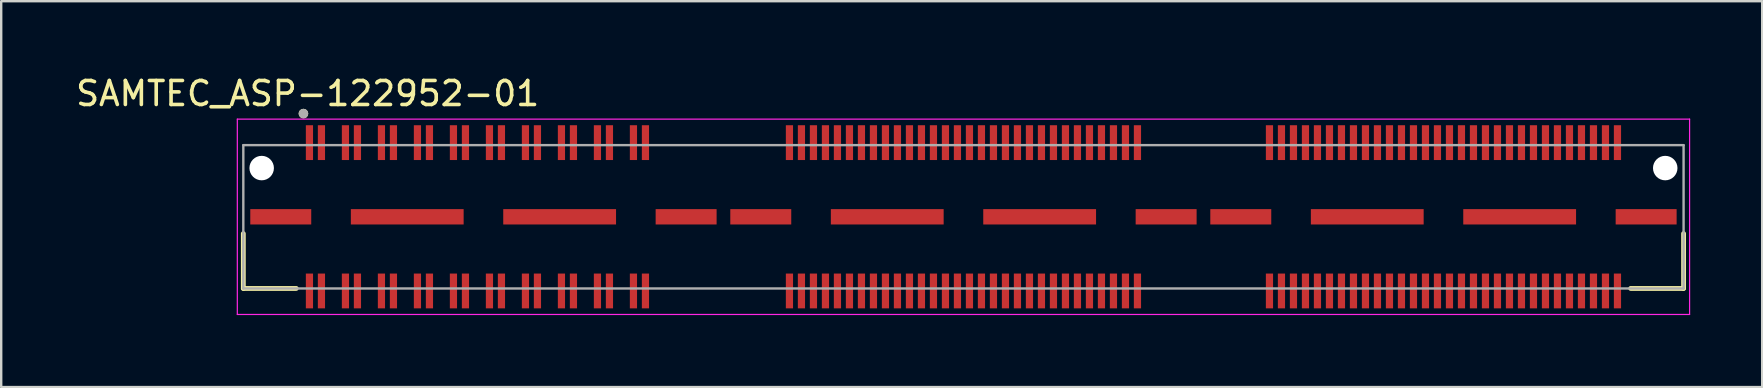
<source format=kicad_pcb>
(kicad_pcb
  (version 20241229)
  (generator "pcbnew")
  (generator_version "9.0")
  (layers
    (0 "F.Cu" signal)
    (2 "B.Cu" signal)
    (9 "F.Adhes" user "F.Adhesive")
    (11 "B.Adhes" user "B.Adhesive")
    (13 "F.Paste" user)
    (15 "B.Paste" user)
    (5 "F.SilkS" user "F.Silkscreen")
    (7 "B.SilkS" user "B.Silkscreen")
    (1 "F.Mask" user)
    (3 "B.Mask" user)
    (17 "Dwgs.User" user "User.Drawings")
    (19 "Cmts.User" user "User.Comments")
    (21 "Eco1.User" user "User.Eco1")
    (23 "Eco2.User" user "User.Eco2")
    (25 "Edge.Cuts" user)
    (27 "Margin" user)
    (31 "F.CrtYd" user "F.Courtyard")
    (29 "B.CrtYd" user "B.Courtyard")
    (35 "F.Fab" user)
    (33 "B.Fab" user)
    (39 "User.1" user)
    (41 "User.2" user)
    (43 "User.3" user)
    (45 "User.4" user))
  (footprint "SAMTEC_ASP-122952-01"
    (layer "F.Cu")
    (at 37.093 5.983)
    (property "Reference" "SAMTEC_ASP-122952-01" (at -27.325 -5.135 0) (layer "F.SilkS") (effects (font (size 1 1) (thickness 0.15))))
    (attr smd)
    (fp_line (start -30.005 2.985) (end -30.005 0.7) (stroke (width 0.2) (type solid)) (layer "F.SilkS"))
    (fp_line (start -27.8 2.985) (end -30.005 2.985) (stroke (width 0.2) (type solid)) (layer "F.SilkS"))
    (fp_line (start 27.8 2.985) (end 30.005 2.985) (stroke (width 0.2) (type solid)) (layer "F.SilkS"))
    (fp_line (start 30.005 2.985) (end 30.005 0.7) (stroke (width 0.2) (type solid)) (layer "F.SilkS"))
    (fp_circle (center -27.5 -4.3) (end -27.4 -4.3) (stroke (width 0.2) (type solid)) (fill no) (layer "F.SilkS"))
    (fp_line (start -30.255 -4.07) (end 30.255 -4.07) (stroke (width 0.05) (type solid)) (layer "F.CrtYd"))
    (fp_line (start -30.255 4.07) (end -30.255 -4.07) (stroke (width 0.05) (type solid)) (layer "F.CrtYd"))
    (fp_line (start 30.255 -4.07) (end 30.255 4.07) (stroke (width 0.05) (type solid)) (layer "F.CrtYd"))
    (fp_line (start 30.255 4.07) (end -30.255 4.07) (stroke (width 0.05) (type solid)) (layer "F.CrtYd"))
    (fp_line (start -30.005 -2.985) (end 30.005 -2.985) (stroke (width 0.1) (type solid)) (layer "F.Fab"))
    (fp_line (start -30.005 2.985) (end -30.005 -2.985) (stroke (width 0.1) (type solid)) (layer "F.Fab"))
    (fp_line (start 30.005 -2.985) (end 30.005 2.985) (stroke (width 0.1) (type solid)) (layer "F.Fab"))
    (fp_line (start 30.005 2.985) (end -30.005 2.985) (stroke (width 0.1) (type solid)) (layer "F.Fab"))
    (fp_circle (center -27.5 -4.3) (end -27.4 -4.3) (stroke (width 0.2) (type solid)) (fill no) (layer "F.Fab"))
    (pad "" np_thru_hole circle (at -29.24 -2.03) (size 1.02 1.02) (drill 1.02) (layers "*.Cu" "*.Mask"))
    (pad "" np_thru_hole circle (at 29.24 -2.03) (size 1.02 1.02) (drill 1.02) (layers "*.Cu" "*.Mask"))
    (pad "1" smd rect (at -27.25 -3.09) (size 0.3 1.45) (layers "F.Cu" "F.Mask" "F.Paste"))
    (pad "2" smd rect (at -27.25 3.09) (size 0.3 1.45) (layers "F.Cu" "F.Mask" "F.Paste"))
    (pad "3" smd rect (at -26.75 -3.09) (size 0.3 1.45) (layers "F.Cu" "F.Mask" "F.Paste"))
    (pad "4" smd rect (at -26.75 3.09) (size 0.3 1.45) (layers "F.Cu" "F.Mask" "F.Paste"))
    (pad "5" smd rect (at -25.75 -3.09) (size 0.3 1.45) (layers "F.Cu" "F.Mask" "F.Paste"))
    (pad "6" smd rect (at -25.75 3.09) (size 0.3 1.45) (layers "F.Cu" "F.Mask" "F.Paste"))
    (pad "7" smd rect (at -25.25 -3.09) (size 0.3 1.45) (layers "F.Cu" "F.Mask" "F.Paste"))
    (pad "8" smd rect (at -25.25 3.09) (size 0.3 1.45) (layers "F.Cu" "F.Mask" "F.Paste"))
    (pad "9" smd rect (at -24.25 -3.09) (size 0.3 1.45) (layers "F.Cu" "F.Mask" "F.Paste"))
    (pad "10" smd rect (at -24.25 3.09) (size 0.3 1.45) (layers "F.Cu" "F.Mask" "F.Paste"))
    (pad "11" smd rect (at -23.75 -3.09) (size 0.3 1.45) (layers "F.Cu" "F.Mask" "F.Paste"))
    (pad "12" smd rect (at -23.75 3.09) (size 0.3 1.45) (layers "F.Cu" "F.Mask" "F.Paste"))
    (pad "13" smd rect (at -22.75 -3.09) (size 0.3 1.45) (layers "F.Cu" "F.Mask" "F.Paste"))
    (pad "14" smd rect (at -22.75 3.09) (size 0.3 1.45) (layers "F.Cu" "F.Mask" "F.Paste"))
    (pad "15" smd rect (at -22.25 -3.09) (size 0.3 1.45) (layers "F.Cu" "F.Mask" "F.Paste"))
    (pad "16" smd rect (at -22.25 3.09) (size 0.3 1.45) (layers "F.Cu" "F.Mask" "F.Paste"))
    (pad "17" smd rect (at -21.25 -3.09) (size 0.3 1.45) (layers "F.Cu" "F.Mask" "F.Paste"))
    (pad "18" smd rect (at -21.25 3.09) (size 0.3 1.45) (layers "F.Cu" "F.Mask" "F.Paste"))
    (pad "19" smd rect (at -20.75 -3.09) (size 0.3 1.45) (layers "F.Cu" "F.Mask" "F.Paste"))
    (pad "20" smd rect (at -20.75 3.09) (size 0.3 1.45) (layers "F.Cu" "F.Mask" "F.Paste"))
    (pad "21" smd rect (at -19.75 -3.09) (size 0.3 1.45) (layers "F.Cu" "F.Mask" "F.Paste"))
    (pad "22" smd rect (at -19.75 3.09) (size 0.3 1.45) (layers "F.Cu" "F.Mask" "F.Paste"))
    (pad "23" smd rect (at -19.25 -3.09) (size 0.3 1.45) (layers "F.Cu" "F.Mask" "F.Paste"))
    (pad "24" smd rect (at -19.25 3.09) (size 0.3 1.45) (layers "F.Cu" "F.Mask" "F.Paste"))
    (pad "25" smd rect (at -18.25 -3.09) (size 0.3 1.45) (layers "F.Cu" "F.Mask" "F.Paste"))
    (pad "26" smd rect (at -18.25 3.09) (size 0.3 1.45) (layers "F.Cu" "F.Mask" "F.Paste"))
    (pad "27" smd rect (at -17.75 -3.09) (size 0.3 1.45) (layers "F.Cu" "F.Mask" "F.Paste"))
    (pad "28" smd rect (at -17.75 3.09) (size 0.3 1.45) (layers "F.Cu" "F.Mask" "F.Paste"))
    (pad "29" smd rect (at -16.75 -3.09) (size 0.3 1.45) (layers "F.Cu" "F.Mask" "F.Paste"))
    (pad "30" smd rect (at -16.75 3.09) (size 0.3 1.45) (layers "F.Cu" "F.Mask" "F.Paste"))
    (pad "31" smd rect (at -16.25 -3.09) (size 0.3 1.45) (layers "F.Cu" "F.Mask" "F.Paste"))
    (pad "32" smd rect (at -16.25 3.09) (size 0.3 1.45) (layers "F.Cu" "F.Mask" "F.Paste"))
    (pad "33" smd rect (at -15.25 -3.09) (size 0.3 1.45) (layers "F.Cu" "F.Mask" "F.Paste"))
    (pad "34" smd rect (at -15.25 3.09) (size 0.3 1.45) (layers "F.Cu" "F.Mask" "F.Paste"))
    (pad "35" smd rect (at -14.75 -3.09) (size 0.3 1.45) (layers "F.Cu" "F.Mask" "F.Paste"))
    (pad "36" smd rect (at -14.75 3.09) (size 0.3 1.45) (layers "F.Cu" "F.Mask" "F.Paste"))
    (pad "37" smd rect (at -13.75 -3.09) (size 0.3 1.45) (layers "F.Cu" "F.Mask" "F.Paste"))
    (pad "38" smd rect (at -13.75 3.09) (size 0.3 1.45) (layers "F.Cu" "F.Mask" "F.Paste"))
    (pad "39" smd rect (at -13.25 -3.09) (size 0.3 1.45) (layers "F.Cu" "F.Mask" "F.Paste"))
    (pad "40" smd rect (at -13.25 3.09) (size 0.3 1.45) (layers "F.Cu" "F.Mask" "F.Paste"))
    (pad "41" smd rect (at -7.25 -3.09) (size 0.3 1.45) (layers "F.Cu" "F.Mask" "F.Paste"))
    (pad "42" smd rect (at -7.25 3.09) (size 0.3 1.45) (layers "F.Cu" "F.Mask" "F.Paste"))
    (pad "43" smd rect (at -6.75 -3.09) (size 0.3 1.45) (layers "F.Cu" "F.Mask" "F.Paste"))
    (pad "44" smd rect (at -6.75 3.09) (size 0.3 1.45) (layers "F.Cu" "F.Mask" "F.Paste"))
    (pad "45" smd rect (at -6.25 -3.09) (size 0.3 1.45) (layers "F.Cu" "F.Mask" "F.Paste"))
    (pad "46" smd rect (at -6.25 3.09) (size 0.3 1.45) (layers "F.Cu" "F.Mask" "F.Paste"))
    (pad "47" smd rect (at -5.75 -3.09) (size 0.3 1.45) (layers "F.Cu" "F.Mask" "F.Paste"))
    (pad "48" smd rect (at -5.75 3.09) (size 0.3 1.45) (layers "F.Cu" "F.Mask" "F.Paste"))
    (pad "49" smd rect (at -5.25 -3.09) (size 0.3 1.45) (layers "F.Cu" "F.Mask" "F.Paste"))
    (pad "50" smd rect (at -5.25 3.09) (size 0.3 1.45) (layers "F.Cu" "F.Mask" "F.Paste"))
    (pad "51" smd rect (at -4.75 -3.09) (size 0.3 1.45) (layers "F.Cu" "F.Mask" "F.Paste"))
    (pad "52" smd rect (at -4.75 3.09) (size 0.3 1.45) (layers "F.Cu" "F.Mask" "F.Paste"))
    (pad "53" smd rect (at -4.25 -3.09) (size 0.3 1.45) (layers "F.Cu" "F.Mask" "F.Paste"))
    (pad "54" smd rect (at -4.25 3.09) (size 0.3 1.45) (layers "F.Cu" "F.Mask" "F.Paste"))
    (pad "55" smd rect (at -3.75 -3.09) (size 0.3 1.45) (layers "F.Cu" "F.Mask" "F.Paste"))
    (pad "56" smd rect (at -3.75 3.09) (size 0.3 1.45) (layers "F.Cu" "F.Mask" "F.Paste"))
    (pad "57" smd rect (at -3.25 -3.09) (size 0.3 1.45) (layers "F.Cu" "F.Mask" "F.Paste"))
    (pad "58" smd rect (at -3.25 3.09) (size 0.3 1.45) (layers "F.Cu" "F.Mask" "F.Paste"))
    (pad "59" smd rect (at -2.75 -3.09) (size 0.3 1.45) (layers "F.Cu" "F.Mask" "F.Paste"))
    (pad "60" smd rect (at -2.75 3.09) (size 0.3 1.45) (layers "F.Cu" "F.Mask" "F.Paste"))
    (pad "61" smd rect (at -2.25 -3.09) (size 0.3 1.45) (layers "F.Cu" "F.Mask" "F.Paste"))
    (pad "62" smd rect (at -2.25 3.09) (size 0.3 1.45) (layers "F.Cu" "F.Mask" "F.Paste"))
    (pad "63" smd rect (at -1.75 -3.09) (size 0.3 1.45) (layers "F.Cu" "F.Mask" "F.Paste"))
    (pad "64" smd rect (at -1.75 3.09) (size 0.3 1.45) (layers "F.Cu" "F.Mask" "F.Paste"))
    (pad "65" smd rect (at -1.25 -3.09) (size 0.3 1.45) (layers "F.Cu" "F.Mask" "F.Paste"))
    (pad "66" smd rect (at -1.25 3.09) (size 0.3 1.45) (layers "F.Cu" "F.Mask" "F.Paste"))
    (pad "67" smd rect (at -0.75 -3.09) (size 0.3 1.45) (layers "F.Cu" "F.Mask" "F.Paste"))
    (pad "68" smd rect (at -0.75 3.09) (size 0.3 1.45) (layers "F.Cu" "F.Mask" "F.Paste"))
    (pad "69" smd rect (at -0.25 -3.09) (size 0.3 1.45) (layers "F.Cu" "F.Mask" "F.Paste"))
    (pad "70" smd rect (at -0.25 3.09) (size 0.3 1.45) (layers "F.Cu" "F.Mask" "F.Paste"))
    (pad "71" smd rect (at 0.25 -3.09) (size 0.3 1.45) (layers "F.Cu" "F.Mask" "F.Paste"))
    (pad "72" smd rect (at 0.25 3.09) (size 0.3 1.45) (layers "F.Cu" "F.Mask" "F.Paste"))
    (pad "73" smd rect (at 0.75 -3.09) (size 0.3 1.45) (layers "F.Cu" "F.Mask" "F.Paste"))
    (pad "74" smd rect (at 0.75 3.09) (size 0.3 1.45) (layers "F.Cu" "F.Mask" "F.Paste"))
    (pad "75" smd rect (at 1.25 -3.09) (size 0.3 1.45) (layers "F.Cu" "F.Mask" "F.Paste"))
    (pad "76" smd rect (at 1.25 3.09) (size 0.3 1.45) (layers "F.Cu" "F.Mask" "F.Paste"))
    (pad "77" smd rect (at 1.75 -3.09) (size 0.3 1.45) (layers "F.Cu" "F.Mask" "F.Paste"))
    (pad "78" smd rect (at 1.75 3.09) (size 0.3 1.45) (layers "F.Cu" "F.Mask" "F.Paste"))
    (pad "79" smd rect (at 2.25 -3.09) (size 0.3 1.45) (layers "F.Cu" "F.Mask" "F.Paste"))
    (pad "80" smd rect (at 2.25 3.09) (size 0.3 1.45) (layers "F.Cu" "F.Mask" "F.Paste"))
    (pad "81" smd rect (at 2.75 -3.09) (size 0.3 1.45) (layers "F.Cu" "F.Mask" "F.Paste"))
    (pad "82" smd rect (at 2.75 3.09) (size 0.3 1.45) (layers "F.Cu" "F.Mask" "F.Paste"))
    (pad "83" smd rect (at 3.25 -3.09) (size 0.3 1.45) (layers "F.Cu" "F.Mask" "F.Paste"))
    (pad "84" smd rect (at 3.25 3.09) (size 0.3 1.45) (layers "F.Cu" "F.Mask" "F.Paste"))
    (pad "85" smd rect (at 3.75 -3.09) (size 0.3 1.45) (layers "F.Cu" "F.Mask" "F.Paste"))
    (pad "86" smd rect (at 3.75 3.09) (size 0.3 1.45) (layers "F.Cu" "F.Mask" "F.Paste"))
    (pad "87" smd rect (at 4.25 -3.09) (size 0.3 1.45) (layers "F.Cu" "F.Mask" "F.Paste"))
    (pad "88" smd rect (at 4.25 3.09) (size 0.3 1.45) (layers "F.Cu" "F.Mask" "F.Paste"))
    (pad "89" smd rect (at 4.75 -3.09) (size 0.3 1.45) (layers "F.Cu" "F.Mask" "F.Paste"))
    (pad "90" smd rect (at 4.75 3.09) (size 0.3 1.45) (layers "F.Cu" "F.Mask" "F.Paste"))
    (pad "91" smd rect (at 5.25 -3.09) (size 0.3 1.45) (layers "F.Cu" "F.Mask" "F.Paste"))
    (pad "92" smd rect (at 5.25 3.09) (size 0.3 1.45) (layers "F.Cu" "F.Mask" "F.Paste"))
    (pad "93" smd rect (at 5.75 -3.09) (size 0.3 1.45) (layers "F.Cu" "F.Mask" "F.Paste"))
    (pad "94" smd rect (at 5.75 3.09) (size 0.3 1.45) (layers "F.Cu" "F.Mask" "F.Paste"))
    (pad "95" smd rect (at 6.25 -3.09) (size 0.3 1.45) (layers "F.Cu" "F.Mask" "F.Paste"))
    (pad "96" smd rect (at 6.25 3.09) (size 0.3 1.45) (layers "F.Cu" "F.Mask" "F.Paste"))
    (pad "97" smd rect (at 6.75 -3.09) (size 0.3 1.45) (layers "F.Cu" "F.Mask" "F.Paste"))
    (pad "98" smd rect (at 6.75 3.09) (size 0.3 1.45) (layers "F.Cu" "F.Mask" "F.Paste"))
    (pad "99" smd rect (at 7.25 -3.09) (size 0.3 1.45) (layers "F.Cu" "F.Mask" "F.Paste"))
    (pad "100" smd rect (at 7.25 3.09) (size 0.3 1.45) (layers "F.Cu" "F.Mask" "F.Paste"))
    (pad "101" smd rect (at 12.75 -3.09) (size 0.3 1.45) (layers "F.Cu" "F.Mask" "F.Paste"))
    (pad "102" smd rect (at 12.75 3.09) (size 0.3 1.45) (layers "F.Cu" "F.Mask" "F.Paste"))
    (pad "103" smd rect (at 13.25 -3.09) (size 0.3 1.45) (layers "F.Cu" "F.Mask" "F.Paste"))
    (pad "104" smd rect (at 13.25 3.09) (size 0.3 1.45) (layers "F.Cu" "F.Mask" "F.Paste"))
    (pad "105" smd rect (at 13.75 -3.09) (size 0.3 1.45) (layers "F.Cu" "F.Mask" "F.Paste"))
    (pad "106" smd rect (at 13.75 3.09) (size 0.3 1.45) (layers "F.Cu" "F.Mask" "F.Paste"))
    (pad "107" smd rect (at 14.25 -3.09) (size 0.3 1.45) (layers "F.Cu" "F.Mask" "F.Paste"))
    (pad "108" smd rect (at 14.25 3.09) (size 0.3 1.45) (layers "F.Cu" "F.Mask" "F.Paste"))
    (pad "109" smd rect (at 14.75 -3.09) (size 0.3 1.45) (layers "F.Cu" "F.Mask" "F.Paste"))
    (pad "110" smd rect (at 14.75 3.09) (size 0.3 1.45) (layers "F.Cu" "F.Mask" "F.Paste"))
    (pad "111" smd rect (at 15.25 -3.09) (size 0.3 1.45) (layers "F.Cu" "F.Mask" "F.Paste"))
    (pad "112" smd rect (at 15.25 3.09) (size 0.3 1.45) (layers "F.Cu" "F.Mask" "F.Paste"))
    (pad "113" smd rect (at 15.75 -3.09) (size 0.3 1.45) (layers "F.Cu" "F.Mask" "F.Paste"))
    (pad "114" smd rect (at 15.75 3.09) (size 0.3 1.45) (layers "F.Cu" "F.Mask" "F.Paste"))
    (pad "115" smd rect (at 16.25 -3.09) (size 0.3 1.45) (layers "F.Cu" "F.Mask" "F.Paste"))
    (pad "116" smd rect (at 16.25 3.09) (size 0.3 1.45) (layers "F.Cu" "F.Mask" "F.Paste"))
    (pad "117" smd rect (at 16.75 -3.09) (size 0.3 1.45) (layers "F.Cu" "F.Mask" "F.Paste"))
    (pad "118" smd rect (at 16.75 3.09) (size 0.3 1.45) (layers "F.Cu" "F.Mask" "F.Paste"))
    (pad "119" smd rect (at 17.25 -3.09) (size 0.3 1.45) (layers "F.Cu" "F.Mask" "F.Paste"))
    (pad "120" smd rect (at 17.25 3.09) (size 0.3 1.45) (layers "F.Cu" "F.Mask" "F.Paste"))
    (pad "121" smd rect (at 17.75 -3.09) (size 0.3 1.45) (layers "F.Cu" "F.Mask" "F.Paste"))
    (pad "122" smd rect (at 17.75 3.09) (size 0.3 1.45) (layers "F.Cu" "F.Mask" "F.Paste"))
    (pad "123" smd rect (at 18.25 -3.09) (size 0.3 1.45) (layers "F.Cu" "F.Mask" "F.Paste"))
    (pad "124" smd rect (at 18.25 3.09) (size 0.3 1.45) (layers "F.Cu" "F.Mask" "F.Paste"))
    (pad "125" smd rect (at 18.75 -3.09) (size 0.3 1.45) (layers "F.Cu" "F.Mask" "F.Paste"))
    (pad "126" smd rect (at 18.75 3.09) (size 0.3 1.45) (layers "F.Cu" "F.Mask" "F.Paste"))
    (pad "127" smd rect (at 19.25 -3.09) (size 0.3 1.45) (layers "F.Cu" "F.Mask" "F.Paste"))
    (pad "128" smd rect (at 19.25 3.09) (size 0.3 1.45) (layers "F.Cu" "F.Mask" "F.Paste"))
    (pad "129" smd rect (at 19.75 -3.09) (size 0.3 1.45) (layers "F.Cu" "F.Mask" "F.Paste"))
    (pad "130" smd rect (at 19.75 3.09) (size 0.3 1.45) (layers "F.Cu" "F.Mask" "F.Paste"))
    (pad "131" smd rect (at 20.25 -3.09) (size 0.3 1.45) (layers "F.Cu" "F.Mask" "F.Paste"))
    (pad "132" smd rect (at 20.25 3.09) (size 0.3 1.45) (layers "F.Cu" "F.Mask" "F.Paste"))
    (pad "133" smd rect (at 20.75 -3.09) (size 0.3 1.45) (layers "F.Cu" "F.Mask" "F.Paste"))
    (pad "134" smd rect (at 20.75 3.09) (size 0.3 1.45) (layers "F.Cu" "F.Mask" "F.Paste"))
    (pad "135" smd rect (at 21.25 -3.09) (size 0.3 1.45) (layers "F.Cu" "F.Mask" "F.Paste"))
    (pad "136" smd rect (at 21.25 3.09) (size 0.3 1.45) (layers "F.Cu" "F.Mask" "F.Paste"))
    (pad "137" smd rect (at 21.75 -3.09) (size 0.3 1.45) (layers "F.Cu" "F.Mask" "F.Paste"))
    (pad "138" smd rect (at 21.75 3.09) (size 0.3 1.45) (layers "F.Cu" "F.Mask" "F.Paste"))
    (pad "139" smd rect (at 22.25 -3.09) (size 0.3 1.45) (layers "F.Cu" "F.Mask" "F.Paste"))
    (pad "140" smd rect (at 22.25 3.09) (size 0.3 1.45) (layers "F.Cu" "F.Mask" "F.Paste"))
    (pad "141" smd rect (at 22.75 -3.09) (size 0.3 1.45) (layers "F.Cu" "F.Mask" "F.Paste"))
    (pad "142" smd rect (at 22.75 3.09) (size 0.3 1.45) (layers "F.Cu" "F.Mask" "F.Paste"))
    (pad "143" smd rect (at 23.25 -3.09) (size 0.3 1.45) (layers "F.Cu" "F.Mask" "F.Paste"))
    (pad "144" smd rect (at 23.25 3.09) (size 0.3 1.45) (layers "F.Cu" "F.Mask" "F.Paste"))
    (pad "145" smd rect (at 23.75 -3.09) (size 0.3 1.45) (layers "F.Cu" "F.Mask" "F.Paste"))
    (pad "146" smd rect (at 23.75 3.09) (size 0.3 1.45) (layers "F.Cu" "F.Mask" "F.Paste"))
    (pad "147" smd rect (at 24.25 -3.09) (size 0.3 1.45) (layers "F.Cu" "F.Mask" "F.Paste"))
    (pad "148" smd rect (at 24.25 3.09) (size 0.3 1.45) (layers "F.Cu" "F.Mask" "F.Paste"))
    (pad "149" smd rect (at 24.75 -3.09) (size 0.3 1.45) (layers "F.Cu" "F.Mask" "F.Paste"))
    (pad "150" smd rect (at 24.75 3.09) (size 0.3 1.45) (layers "F.Cu" "F.Mask" "F.Paste"))
    (pad "151" smd rect (at 25.25 -3.09) (size 0.3 1.45) (layers "F.Cu" "F.Mask" "F.Paste"))
    (pad "152" smd rect (at 25.25 3.09) (size 0.3 1.45) (layers "F.Cu" "F.Mask" "F.Paste"))
    (pad "153" smd rect (at 25.75 -3.09) (size 0.3 1.45) (layers "F.Cu" "F.Mask" "F.Paste"))
    (pad "154" smd rect (at 25.75 3.09) (size 0.3 1.45) (layers "F.Cu" "F.Mask" "F.Paste"))
    (pad "155" smd rect (at 26.25 -3.09) (size 0.3 1.45) (layers "F.Cu" "F.Mask" "F.Paste"))
    (pad "156" smd rect (at 26.25 3.09) (size 0.3 1.45) (layers "F.Cu" "F.Mask" "F.Paste"))
    (pad "157" smd rect (at 26.75 -3.09) (size 0.3 1.45) (layers "F.Cu" "F.Mask" "F.Paste"))
    (pad "158" smd rect (at 26.75 3.09) (size 0.3 1.45) (layers "F.Cu" "F.Mask" "F.Paste"))
    (pad "159" smd rect (at 27.25 -3.09) (size 0.3 1.45) (layers "F.Cu" "F.Mask" "F.Paste"))
    (pad "160" smd rect (at 27.25 3.09) (size 0.3 1.45) (layers "F.Cu" "F.Mask" "F.Paste"))
    (pad "S1" smd rect (at -28.445 0) (size 2.54 0.64) (layers "F.Cu" "F.Mask" "F.Paste"))
    (pad "S2" smd rect (at -23.175 0) (size 4.7 0.64) (layers "F.Cu" "F.Mask" "F.Paste"))
    (pad "S3" smd rect (at -16.825 0) (size 4.7 0.64) (layers "F.Cu" "F.Mask" "F.Paste"))
    (pad "S4" smd rect (at -11.555 0) (size 2.54 0.64) (layers "F.Cu" "F.Mask" "F.Paste"))
    (pad "S5" smd rect (at -8.445 0) (size 2.54 0.64) (layers "F.Cu" "F.Mask" "F.Paste"))
    (pad "S6" smd rect (at -3.175 0) (size 4.7 0.64) (layers "F.Cu" "F.Mask" "F.Paste"))
    (pad "S7" smd rect (at 3.175 0) (size 4.7 0.64) (layers "F.Cu" "F.Mask" "F.Paste"))
    (pad "S8" smd rect (at 8.445 0) (size 2.54 0.64) (layers "F.Cu" "F.Mask" "F.Paste"))
    (pad "S9" smd rect (at 11.555 0) (size 2.54 0.64) (layers "F.Cu" "F.Mask" "F.Paste"))
    (pad "S10" smd rect (at 16.825 0) (size 4.7 0.64) (layers "F.Cu" "F.Mask" "F.Paste"))
    (pad "S11" smd rect (at 23.175 0) (size 4.7 0.64) (layers "F.Cu" "F.Mask" "F.Paste"))
    (pad "S12" smd rect (at 28.445 0) (size 2.54 0.64) (layers "F.Cu" "F.Mask" "F.Paste")))
  (gr_rect
    (start -3 -3)
    (end 70.373 13.078)
    (stroke (width 0.1) (type default))
    (fill no)
    (layer "Edge.Cuts")))
</source>
